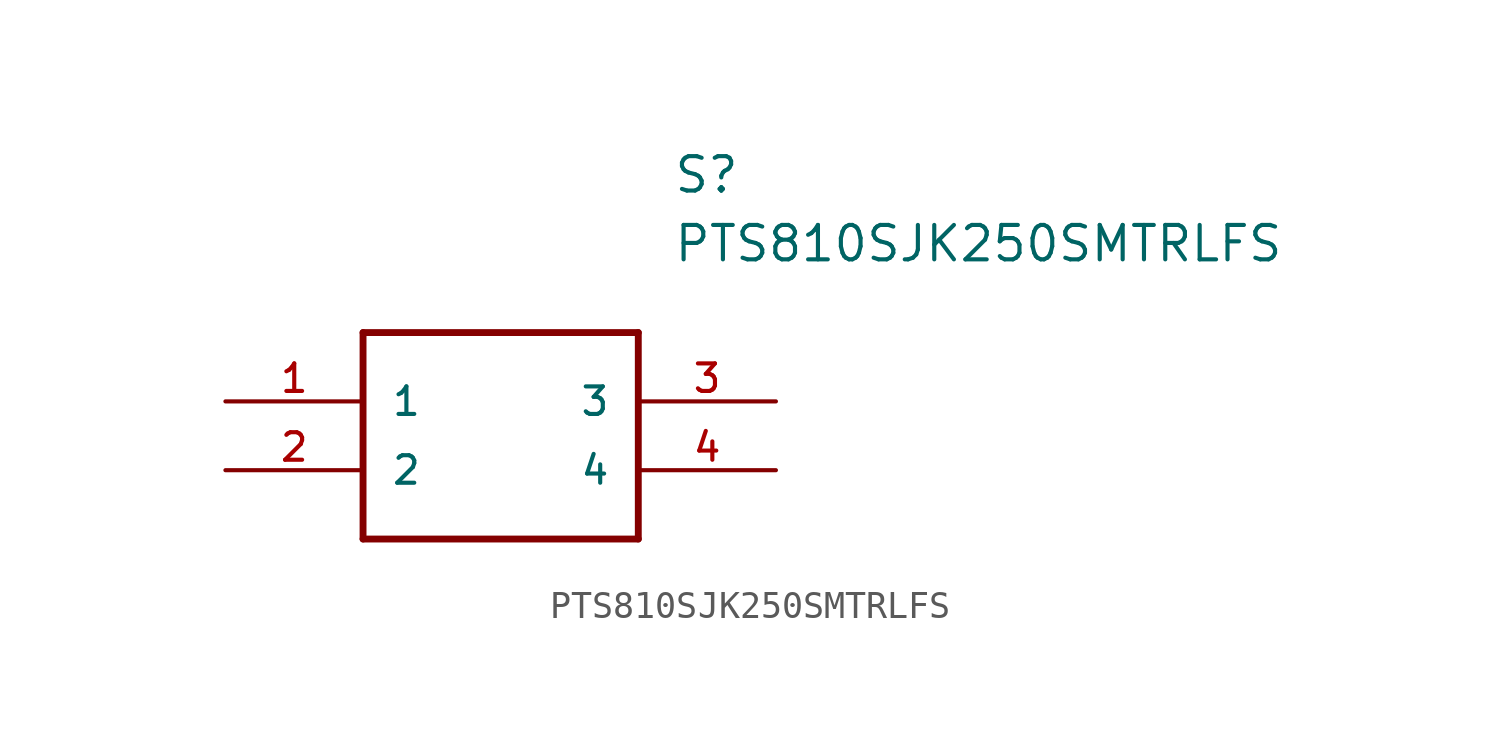
<source format=kicad_sym>
(kicad_symbol_lib
  (version 20211014)
  (generator kicad_symbol_editor)
  (symbol "PTS810SJK250SMTRLFS"
    (pin_names
      (offset 1.016))
    (property "Reference" "S"
      (at 16.51 7.62 0)
      (effects (font (size 1.27 1.27)) (justify left bottom)))
    (property "Value" "PTS810SJK250SMTRLFS"
      (at 16.51 5.08 0)
      (effects (font (size 1.27 1.27)) (justify left bottom)))
    (symbol "PTS810SJK250SMTRLFS_0_0"
      (polyline (pts (xy 5.08 2.54) (xy 5.08 -5.08)) (stroke (width 0.254) (type default) (color 0 0 0 0)) (fill (type none)))
      (polyline (pts (xy 5.08 2.54) (xy 15.24 2.54)) (stroke (width 0.254) (type default) (color 0 0 0 0)) (fill (type none)))
      (polyline (pts (xy 15.24 -5.08) (xy 5.08 -5.08)) (stroke (width 0.254) (type default) (color 0 0 0 0)) (fill (type none)))
      (polyline (pts (xy 15.24 -5.08) (xy 15.24 2.54)) (stroke (width 0.254) (type default) (color 0 0 0 0)) (fill (type none)))
      (pin bidirectional line (at 0 0 0) (length 5.08) (name "1" (effects (font (size 1.016 1.016)))) (number "1" (effects (font (size 1.016 1.016)))))
      (pin bidirectional line (at 0 -2.54 0) (length 5.08) (name "2" (effects (font (size 1.016 1.016)))) (number "2" (effects (font (size 1.016 1.016)))))
      (pin bidirectional line (at 20.32 0 180) (length 5.08) (name "3" (effects (font (size 1.016 1.016)))) (number "3" (effects (font (size 1.016 1.016)))))
      (pin bidirectional line (at 20.32 -2.54 180) (length 5.08) (name "4" (effects (font (size 1.016 1.016)))) (number "4" (effects (font (size 1.016 1.016))))))))
</source>
